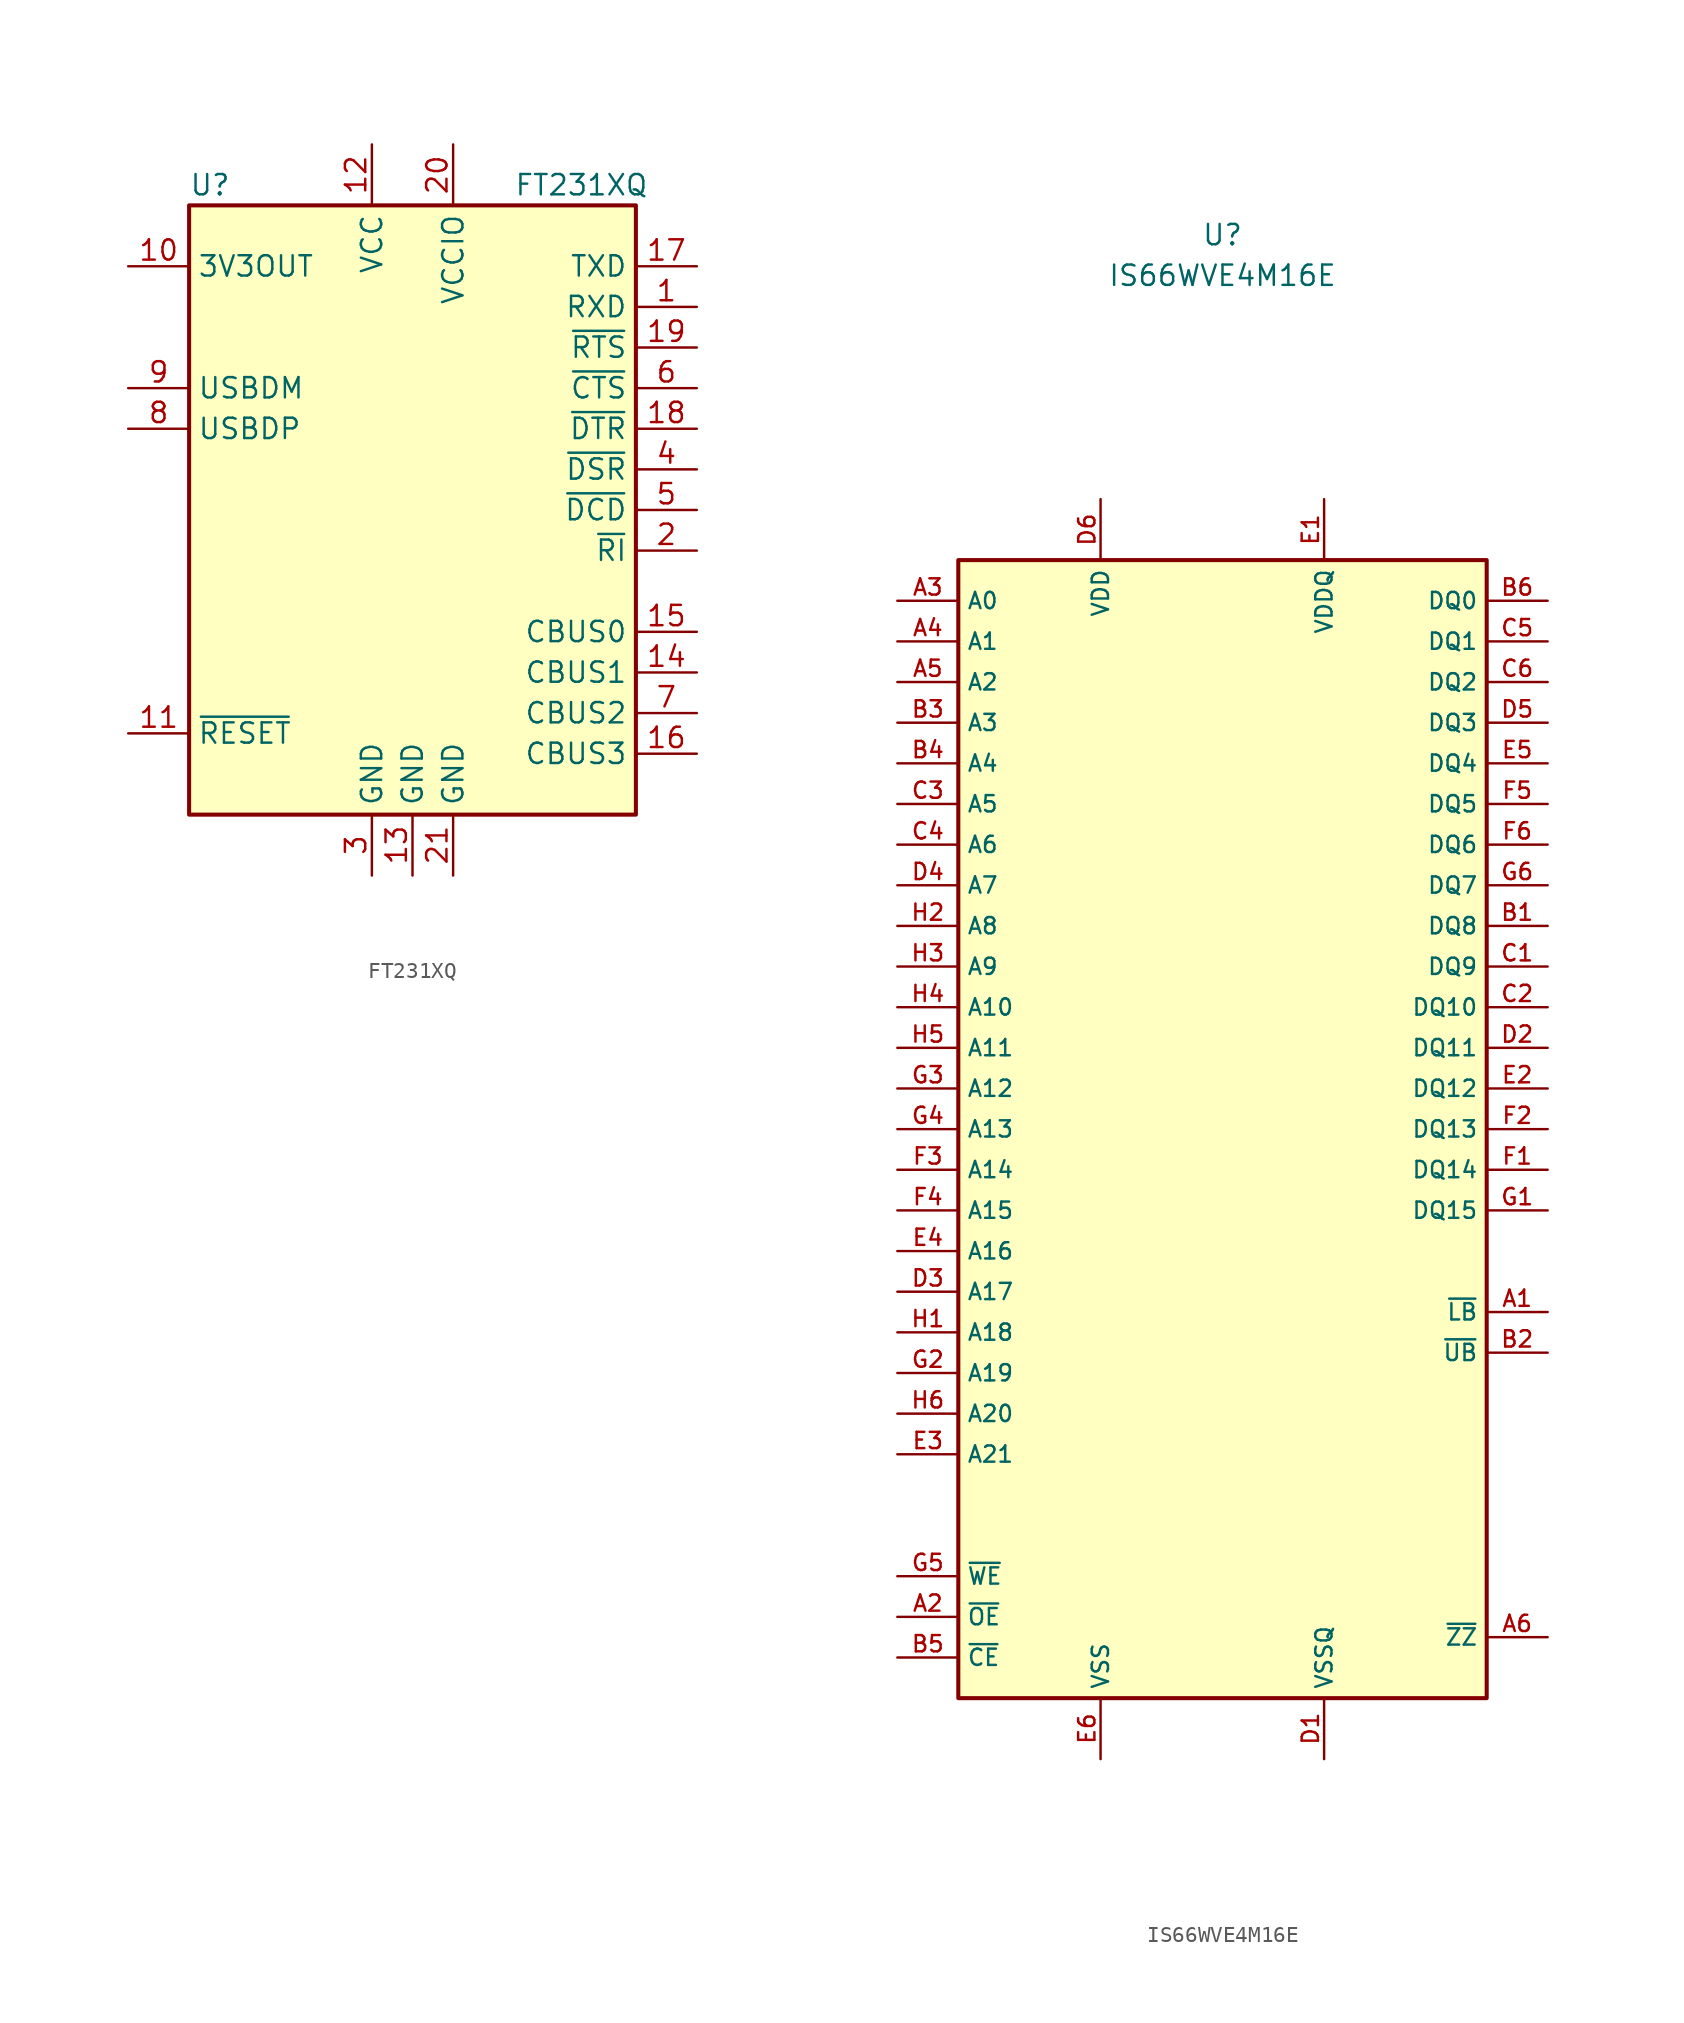
<source format=kicad_sym>
(kicad_symbol_lib
  (version 20231120)
  (generator "kicad_symbol_editor")
  (generator_version "8.0")
  (symbol "FT231XQ"
    (property "Reference" "U"
      (at -13.97 20.32 0)
      (effects (font (size 1.27 1.27)) (justify left)))
    (property "Value" "FT231XQ"
      (at 6.35 20.32 0)
      (effects (font (size 1.27 1.27)) (justify left)))
    (symbol "FT231XQ_0_1"
      (rectangle (start -13.97 19.05) (end 13.97 -19.05) (stroke (width 0.254) (type default)) (fill (type background))))
    (symbol "FT231XQ_1_1"
      (pin input line (at 17.78 12.7 180) (length 3.81) (name "RXD" (effects (font (size 1.27 1.27)))) (number "1" (effects (font (size 1.27 1.27)))))
      (pin power_out line (at -17.78 15.24 0) (length 3.81) (name "3V3OUT" (effects (font (size 1.27 1.27)))) (number "10" (effects (font (size 1.27 1.27)))))
      (pin input line (at -17.78 -13.97 0) (length 3.81) (name "~{RESET}" (effects (font (size 1.27 1.27)))) (number "11" (effects (font (size 1.27 1.27)))))
      (pin power_in line (at -2.54 22.86 270) (length 3.81) (name "VCC" (effects (font (size 1.27 1.27)))) (number "12" (effects (font (size 1.27 1.27)))))
      (pin power_in line (at 0 -22.86 90) (length 3.81) (name "GND" (effects (font (size 1.27 1.27)))) (number "13" (effects (font (size 1.27 1.27)))))
      (pin bidirectional line (at 17.78 -10.16 180) (length 3.81) (name "CBUS1" (effects (font (size 1.27 1.27)))) (number "14" (effects (font (size 1.27 1.27)))))
      (pin bidirectional line (at 17.78 -7.62 180) (length 3.81) (name "CBUS0" (effects (font (size 1.27 1.27)))) (number "15" (effects (font (size 1.27 1.27)))))
      (pin bidirectional line (at 17.78 -15.24 180) (length 3.81) (name "CBUS3" (effects (font (size 1.27 1.27)))) (number "16" (effects (font (size 1.27 1.27)))))
      (pin output line (at 17.78 15.24 180) (length 3.81) (name "TXD" (effects (font (size 1.27 1.27)))) (number "17" (effects (font (size 1.27 1.27)))))
      (pin output line (at 17.78 5.08 180) (length 3.81) (name "~{DTR}" (effects (font (size 1.27 1.27)))) (number "18" (effects (font (size 1.27 1.27)))))
      (pin output line (at 17.78 10.16 180) (length 3.81) (name "~{RTS}" (effects (font (size 1.27 1.27)))) (number "19" (effects (font (size 1.27 1.27)))))
      (pin bidirectional line (at 17.78 -2.54 180) (length 3.81) (name "~{RI}" (effects (font (size 1.27 1.27)))) (number "2" (effects (font (size 1.27 1.27)))))
      (pin power_in line (at 2.54 22.86 270) (length 3.81) (name "VCCIO" (effects (font (size 1.27 1.27)))) (number "20" (effects (font (size 1.27 1.27)))))
      (pin power_in line (at 2.54 -22.86 90) (length 3.81) (name "GND" (effects (font (size 1.27 1.27)))) (number "21" (effects (font (size 1.27 1.27)))))
      (pin power_in line (at -2.54 -22.86 90) (length 3.81) (name "GND" (effects (font (size 1.27 1.27)))) (number "3" (effects (font (size 1.27 1.27)))))
      (pin bidirectional line (at 17.78 2.54 180) (length 3.81) (name "~{DSR}" (effects (font (size 1.27 1.27)))) (number "4" (effects (font (size 1.27 1.27)))))
      (pin bidirectional line (at 17.78 0 180) (length 3.81) (name "~{DCD}" (effects (font (size 1.27 1.27)))) (number "5" (effects (font (size 1.27 1.27)))))
      (pin input line (at 17.78 7.62 180) (length 3.81) (name "~{CTS}" (effects (font (size 1.27 1.27)))) (number "6" (effects (font (size 1.27 1.27)))))
      (pin bidirectional line (at 17.78 -12.7 180) (length 3.81) (name "CBUS2" (effects (font (size 1.27 1.27)))) (number "7" (effects (font (size 1.27 1.27)))))
      (pin bidirectional line (at -17.78 5.08 0) (length 3.81) (name "USBDP" (effects (font (size 1.27 1.27)))) (number "8" (effects (font (size 1.27 1.27)))))
      (pin bidirectional line (at -17.78 7.62 0) (length 3.81) (name "USBDM" (effects (font (size 1.27 1.27)))) (number "9" (effects (font (size 1.27 1.27)))))))
  (symbol "IS66WVE4M16E"
    (property "Reference" "U"
      (at 0 48.26 0)
      (effects (font (size 1.27 1.27))))
    (property "Value" "IS66WVE4M16E"
      (at 0 45.72 0)
      (effects (font (size 1.27 1.27))))
    (symbol "IS66WVE4M16E_0_1"
      (rectangle (start -16.51 27.94) (end 16.51 -43.18) (stroke (width 0.254) (type default)) (fill (type background))))
    (symbol "IS66WVE4M16E_1_1"
      (pin input line (at 20.32 -19.05 180) (length 3.81) (name "~{LB}" (effects (font (size 1.016 1.016)))) (number "A1" (effects (font (size 1.016 1.016)))))
      (pin input line (at -20.32 -38.1 0) (length 3.81) (name "~{OE}" (effects (font (size 1.016 1.016)))) (number "A2" (effects (font (size 1.016 1.016)))))
      (pin input line (at -20.32 25.4 0) (length 3.81) (name "A0" (effects (font (size 1.016 1.016)))) (number "A3" (effects (font (size 1.016 1.016)))))
      (pin input line (at -20.32 22.86 0) (length 3.81) (name "A1" (effects (font (size 1.016 1.016)))) (number "A4" (effects (font (size 1.016 1.016)))))
      (pin input line (at -20.32 20.32 0) (length 3.81) (name "A2" (effects (font (size 1.016 1.016)))) (number "A5" (effects (font (size 1.016 1.016)))))
      (pin input line (at 20.32 -39.37 180) (length 3.81) (name "~{ZZ}" (effects (font (size 1.016 1.016)))) (number "A6" (effects (font (size 1.016 1.016)))))
      (pin bidirectional line (at 20.32 5.08 180) (length 3.81) (name "DQ8" (effects (font (size 1.016 1.016)))) (number "B1" (effects (font (size 1.016 1.016)))))
      (pin input line (at 20.32 -21.59 180) (length 3.81) (name "~{UB}" (effects (font (size 1.016 1.016)))) (number "B2" (effects (font (size 1.016 1.016)))))
      (pin input line (at -20.32 17.78 0) (length 3.81) (name "A3" (effects (font (size 1.016 1.016)))) (number "B3" (effects (font (size 1.016 1.016)))))
      (pin input line (at -20.32 15.24 0) (length 3.81) (name "A4" (effects (font (size 1.016 1.016)))) (number "B4" (effects (font (size 1.016 1.016)))))
      (pin input line (at -20.32 -40.64 0) (length 3.81) (name "~{CE}" (effects (font (size 1.016 1.016)))) (number "B5" (effects (font (size 1.016 1.016)))))
      (pin bidirectional line (at 20.32 25.4 180) (length 3.81) (name "DQ0" (effects (font (size 1.016 1.016)))) (number "B6" (effects (font (size 1.016 1.016)))))
      (pin bidirectional line (at 20.32 2.54 180) (length 3.81) (name "DQ9" (effects (font (size 1.016 1.016)))) (number "C1" (effects (font (size 1.016 1.016)))))
      (pin bidirectional line (at 20.32 0 180) (length 3.81) (name "DQ10" (effects (font (size 1.016 1.016)))) (number "C2" (effects (font (size 1.016 1.016)))))
      (pin input line (at -20.32 12.7 0) (length 3.81) (name "A5" (effects (font (size 1.016 1.016)))) (number "C3" (effects (font (size 1.016 1.016)))))
      (pin input line (at -20.32 10.16 0) (length 3.81) (name "A6" (effects (font (size 1.016 1.016)))) (number "C4" (effects (font (size 1.016 1.016)))))
      (pin bidirectional line (at 20.32 22.86 180) (length 3.81) (name "DQ1" (effects (font (size 1.016 1.016)))) (number "C5" (effects (font (size 1.016 1.016)))))
      (pin bidirectional line (at 20.32 20.32 180) (length 3.81) (name "DQ2" (effects (font (size 1.016 1.016)))) (number "C6" (effects (font (size 1.016 1.016)))))
      (pin power_in line (at 6.35 -46.99 90) (length 3.81) (name "VSSQ" (effects (font (size 1.016 1.016)))) (number "D1" (effects (font (size 1.016 1.016)))))
      (pin bidirectional line (at 20.32 -2.54 180) (length 3.81) (name "DQ11" (effects (font (size 1.016 1.016)))) (number "D2" (effects (font (size 1.016 1.016)))))
      (pin input line (at -20.32 -17.78 0) (length 3.81) (name "A17" (effects (font (size 1.016 1.016)))) (number "D3" (effects (font (size 1.016 1.016)))))
      (pin input line (at -20.32 7.62 0) (length 3.81) (name "A7" (effects (font (size 1.016 1.016)))) (number "D4" (effects (font (size 1.016 1.016)))))
      (pin bidirectional line (at 20.32 17.78 180) (length 3.81) (name "DQ3" (effects (font (size 1.016 1.016)))) (number "D5" (effects (font (size 1.016 1.016)))))
      (pin power_in line (at -7.62 31.75 270) (length 3.81) (name "VDD" (effects (font (size 1.016 1.016)))) (number "D6" (effects (font (size 1.016 1.016)))))
      (pin power_in line (at 6.35 31.75 270) (length 3.81) (name "VDDQ" (effects (font (size 1.016 1.016)))) (number "E1" (effects (font (size 1.016 1.016)))))
      (pin bidirectional line (at 20.32 -5.08 180) (length 3.81) (name "DQ12" (effects (font (size 1.016 1.016)))) (number "E2" (effects (font (size 1.016 1.016)))))
      (pin input line (at -20.32 -27.94 0) (length 3.81) (name "A21" (effects (font (size 1.016 1.016)))) (number "E3" (effects (font (size 1.016 1.016)))))
      (pin input line (at -20.32 -15.24 0) (length 3.81) (name "A16" (effects (font (size 1.016 1.016)))) (number "E4" (effects (font (size 1.016 1.016)))))
      (pin bidirectional line (at 20.32 15.24 180) (length 3.81) (name "DQ4" (effects (font (size 1.016 1.016)))) (number "E5" (effects (font (size 1.016 1.016)))))
      (pin power_in line (at -7.62 -46.99 90) (length 3.81) (name "VSS" (effects (font (size 1.016 1.016)))) (number "E6" (effects (font (size 1.016 1.016)))))
      (pin bidirectional line (at 20.32 -10.16 180) (length 3.81) (name "DQ14" (effects (font (size 1.016 1.016)))) (number "F1" (effects (font (size 1.016 1.016)))))
      (pin bidirectional line (at 20.32 -7.62 180) (length 3.81) (name "DQ13" (effects (font (size 1.016 1.016)))) (number "F2" (effects (font (size 1.016 1.016)))))
      (pin input line (at -20.32 -10.16 0) (length 3.81) (name "A14" (effects (font (size 1.016 1.016)))) (number "F3" (effects (font (size 1.016 1.016)))))
      (pin input line (at -20.32 -12.7 0) (length 3.81) (name "A15" (effects (font (size 1.016 1.016)))) (number "F4" (effects (font (size 1.016 1.016)))))
      (pin bidirectional line (at 20.32 12.7 180) (length 3.81) (name "DQ5" (effects (font (size 1.016 1.016)))) (number "F5" (effects (font (size 1.016 1.016)))))
      (pin bidirectional line (at 20.32 10.16 180) (length 3.81) (name "DQ6" (effects (font (size 1.016 1.016)))) (number "F6" (effects (font (size 1.016 1.016)))))
      (pin bidirectional line (at 20.32 -12.7 180) (length 3.81) (name "DQ15" (effects (font (size 1.016 1.016)))) (number "G1" (effects (font (size 1.016 1.016)))))
      (pin input line (at -20.32 -22.86 0) (length 3.81) (name "A19" (effects (font (size 1.016 1.016)))) (number "G2" (effects (font (size 1.016 1.016)))))
      (pin input line (at -20.32 -5.08 0) (length 3.81) (name "A12" (effects (font (size 1.016 1.016)))) (number "G3" (effects (font (size 1.016 1.016)))))
      (pin input line (at -20.32 -7.62 0) (length 3.81) (name "A13" (effects (font (size 1.016 1.016)))) (number "G4" (effects (font (size 1.016 1.016)))))
      (pin input line (at -20.32 -35.56 0) (length 3.81) (name "~{WE}" (effects (font (size 1.016 1.016)))) (number "G5" (effects (font (size 1.016 1.016)))))
      (pin bidirectional line (at 20.32 7.62 180) (length 3.81) (name "DQ7" (effects (font (size 1.016 1.016)))) (number "G6" (effects (font (size 1.016 1.016)))))
      (pin input line (at -20.32 -20.32 0) (length 3.81) (name "A18" (effects (font (size 1.016 1.016)))) (number "H1" (effects (font (size 1.016 1.016)))))
      (pin input line (at -20.32 5.08 0) (length 3.81) (name "A8" (effects (font (size 1.016 1.016)))) (number "H2" (effects (font (size 1.016 1.016)))))
      (pin input line (at -20.32 2.54 0) (length 3.81) (name "A9" (effects (font (size 1.016 1.016)))) (number "H3" (effects (font (size 1.016 1.016)))))
      (pin input line (at -20.32 0 0) (length 3.81) (name "A10" (effects (font (size 1.016 1.016)))) (number "H4" (effects (font (size 1.016 1.016)))))
      (pin input line (at -20.32 -2.54 0) (length 3.81) (name "A11" (effects (font (size 1.016 1.016)))) (number "H5" (effects (font (size 1.016 1.016)))))
      (pin input line (at -20.32 -25.4 0) (length 3.81) (name "A20" (effects (font (size 1.016 1.016)))) (number "H6" (effects (font (size 1.016 1.016))))))))
</source>
